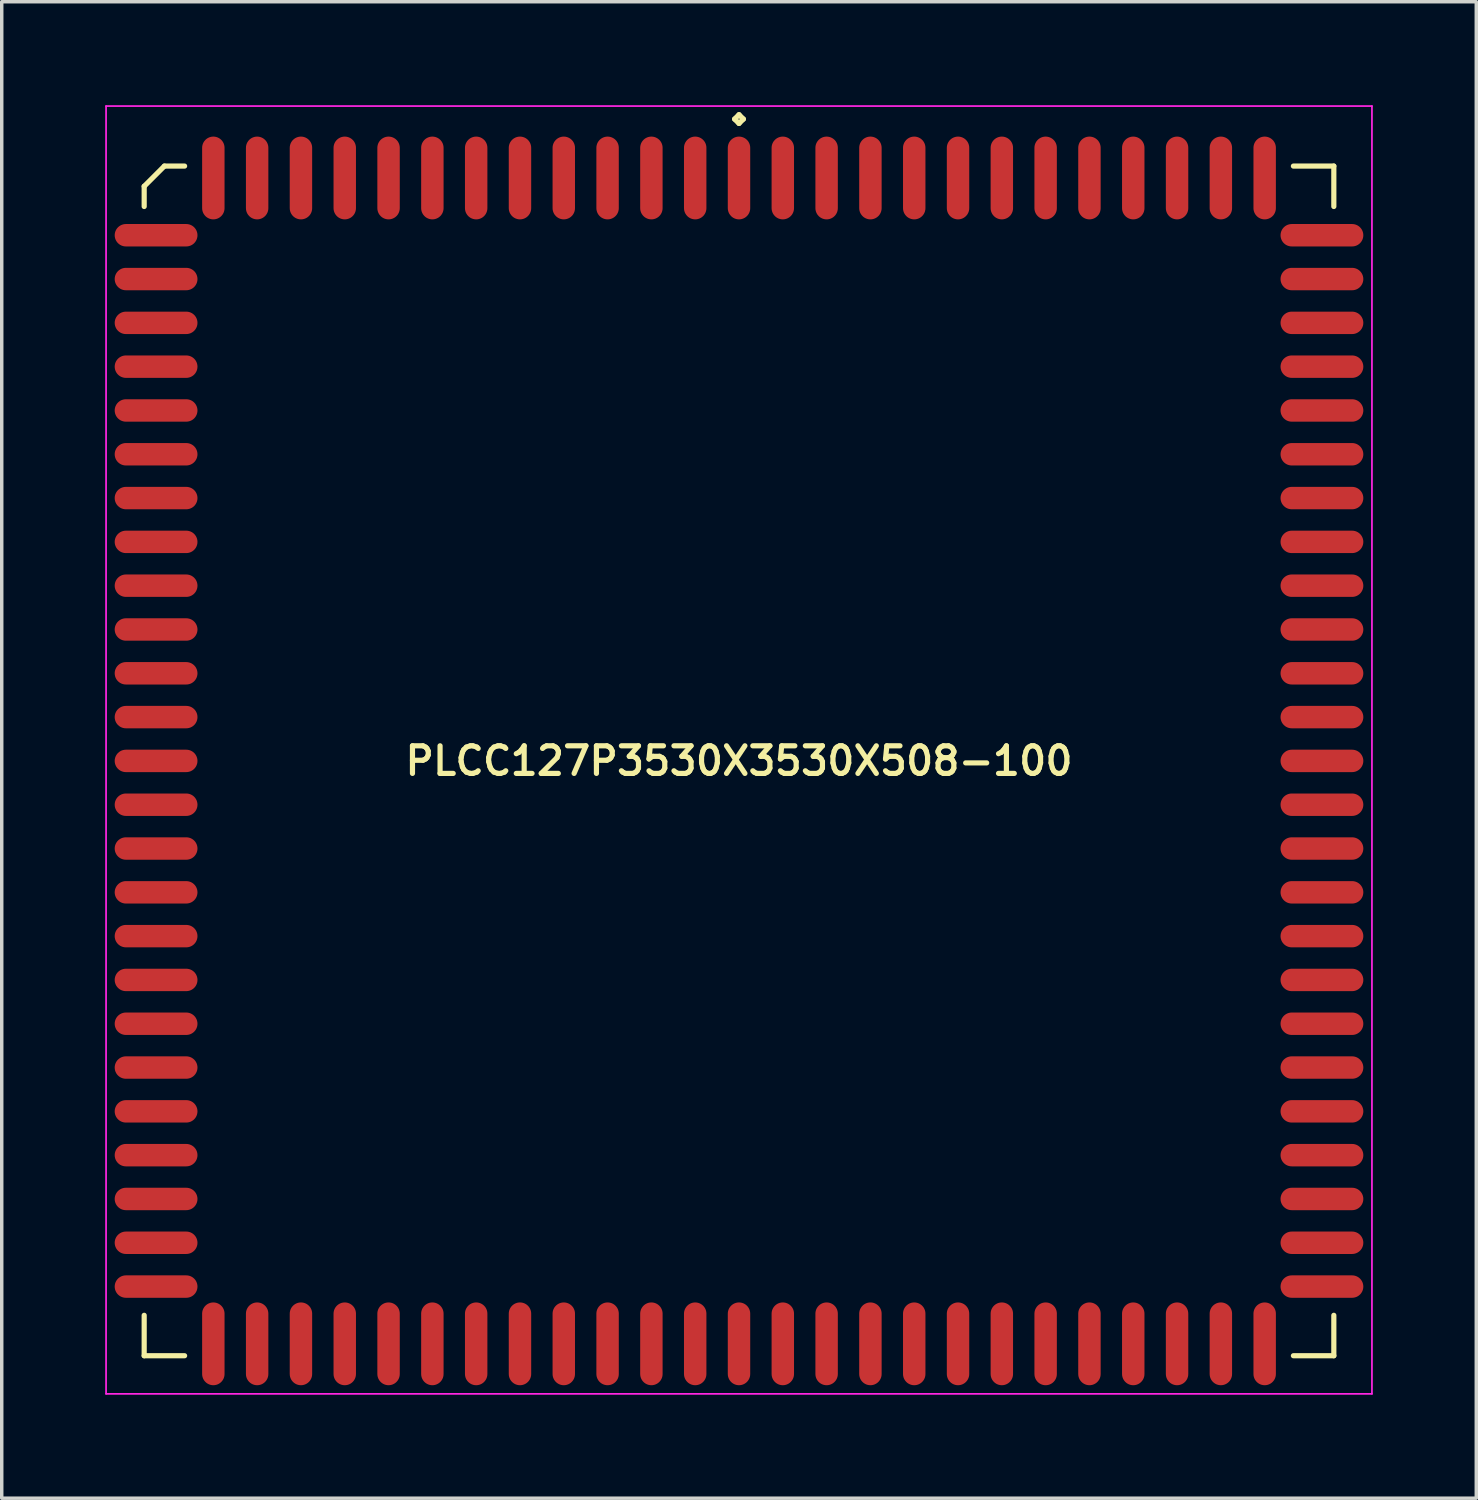
<source format=kicad_pcb>
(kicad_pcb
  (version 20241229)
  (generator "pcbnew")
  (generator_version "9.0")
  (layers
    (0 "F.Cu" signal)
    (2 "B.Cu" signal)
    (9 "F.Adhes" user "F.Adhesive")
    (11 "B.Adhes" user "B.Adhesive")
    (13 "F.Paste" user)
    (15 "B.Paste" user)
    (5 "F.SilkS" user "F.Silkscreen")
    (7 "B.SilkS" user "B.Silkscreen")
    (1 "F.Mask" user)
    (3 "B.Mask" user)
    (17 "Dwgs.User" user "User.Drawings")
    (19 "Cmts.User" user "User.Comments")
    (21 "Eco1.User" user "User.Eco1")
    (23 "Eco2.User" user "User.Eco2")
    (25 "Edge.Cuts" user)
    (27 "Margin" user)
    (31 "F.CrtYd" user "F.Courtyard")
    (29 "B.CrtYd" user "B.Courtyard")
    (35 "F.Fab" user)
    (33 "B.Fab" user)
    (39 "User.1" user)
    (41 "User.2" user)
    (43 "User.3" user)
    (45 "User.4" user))
  (footprint "PLCC127P3530X3530X508-100"
    (layer "F.Cu")
    (at 18.375 19.01)
    (property "Reference" "PLCC127P3530X3530X508-100" (at 0 0 0) (layer "F.SilkS") (effects (font (size 0.8 0.8) (thickness 0.15))))
    (attr smd)
    (fp_line (start -17.245 -16.659) (end -16.659 -17.245) (stroke (width 0.15) (type solid)) (layer "F.SilkS"))
    (fp_line (start -17.245 -16.073) (end -17.245 -16.659) (stroke (width 0.15) (type solid)) (layer "F.SilkS"))
    (fp_line (start -17.245 16.073) (end -17.245 17.245) (stroke (width 0.15) (type solid)) (layer "F.SilkS"))
    (fp_line (start -17.245 17.245) (end -16.073 17.245) (stroke (width 0.15) (type solid)) (layer "F.SilkS"))
    (fp_line (start -16.659 -17.245) (end -16.073 -17.245) (stroke (width 0.15) (type solid)) (layer "F.SilkS"))
    (fp_line (start -0.127 -18.608) (end 0 -18.735) (stroke (width 0.15) (type solid)) (layer "F.SilkS"))
    (fp_line (start 0 -18.735) (end 0.127 -18.608) (stroke (width 0.15) (type solid)) (layer "F.SilkS"))
    (fp_line (start 0 -18.481) (end -0.127 -18.608) (stroke (width 0.15) (type solid)) (layer "F.SilkS"))
    (fp_line (start 0.127 -18.608) (end 0 -18.481) (stroke (width 0.15) (type solid)) (layer "F.SilkS"))
    (fp_line (start 17.245 -17.245) (end 16.073 -17.245) (stroke (width 0.15) (type solid)) (layer "F.SilkS"))
    (fp_line (start 17.245 -16.073) (end 17.245 -17.245) (stroke (width 0.15) (type solid)) (layer "F.SilkS"))
    (fp_line (start 17.245 16.073) (end 17.245 17.245) (stroke (width 0.15) (type solid)) (layer "F.SilkS"))
    (fp_line (start 17.245 17.245) (end 16.073 17.245) (stroke (width 0.15) (type solid)) (layer "F.SilkS"))
    (fp_line (start -18.35 -18.985) (end 18.35 -18.985) (stroke (width 0.05) (type solid)) (layer "F.CrtYd"))
    (fp_line (start -18.35 18.35) (end -18.35 -18.985) (stroke (width 0.05) (type solid)) (layer "F.CrtYd"))
    (fp_line (start 18.35 -18.985) (end 18.35 18.35) (stroke (width 0.05) (type solid)) (layer "F.CrtYd"))
    (fp_line (start 18.35 18.35) (end -18.35 18.35) (stroke (width 0.05) (type solid)) (layer "F.CrtYd"))
    (pad "1" smd oval (at 0 -16.9) (size 0.65 2.4) (layers "F.Cu" "F.Mask" "F.Paste"))
    (pad "2" smd oval (at -1.27 -16.9) (size 0.65 2.4) (layers "F.Cu" "F.Mask" "F.Paste"))
    (pad "3" smd oval (at -2.54 -16.9) (size 0.65 2.4) (layers "F.Cu" "F.Mask" "F.Paste"))
    (pad "4" smd oval (at -3.81 -16.9) (size 0.65 2.4) (layers "F.Cu" "F.Mask" "F.Paste"))
    (pad "5" smd oval (at -5.08 -16.9) (size 0.65 2.4) (layers "F.Cu" "F.Mask" "F.Paste"))
    (pad "6" smd oval (at -6.35 -16.9) (size 0.65 2.4) (layers "F.Cu" "F.Mask" "F.Paste"))
    (pad "7" smd oval (at -7.62 -16.9) (size 0.65 2.4) (layers "F.Cu" "F.Mask" "F.Paste"))
    (pad "8" smd oval (at -8.89 -16.9) (size 0.65 2.4) (layers "F.Cu" "F.Mask" "F.Paste"))
    (pad "9" smd oval (at -10.16 -16.9) (size 0.65 2.4) (layers "F.Cu" "F.Mask" "F.Paste"))
    (pad "10" smd oval (at -11.43 -16.9) (size 0.65 2.4) (layers "F.Cu" "F.Mask" "F.Paste"))
    (pad "11" smd oval (at -12.7 -16.9) (size 0.65 2.4) (layers "F.Cu" "F.Mask" "F.Paste"))
    (pad "12" smd oval (at -13.97 -16.9) (size 0.65 2.4) (layers "F.Cu" "F.Mask" "F.Paste"))
    (pad "13" smd oval (at -15.24 -16.9) (size 0.65 2.4) (layers "F.Cu" "F.Mask" "F.Paste"))
    (pad "14" smd oval (at -16.9 -15.24) (size 2.4 0.65) (layers "F.Cu" "F.Mask" "F.Paste"))
    (pad "15" smd oval (at -16.9 -13.97) (size 2.4 0.65) (layers "F.Cu" "F.Mask" "F.Paste"))
    (pad "16" smd oval (at -16.9 -12.7) (size 2.4 0.65) (layers "F.Cu" "F.Mask" "F.Paste"))
    (pad "17" smd oval (at -16.9 -11.43) (size 2.4 0.65) (layers "F.Cu" "F.Mask" "F.Paste"))
    (pad "18" smd oval (at -16.9 -10.16) (size 2.4 0.65) (layers "F.Cu" "F.Mask" "F.Paste"))
    (pad "19" smd oval (at -16.9 -8.89) (size 2.4 0.65) (layers "F.Cu" "F.Mask" "F.Paste"))
    (pad "20" smd oval (at -16.9 -7.62) (size 2.4 0.65) (layers "F.Cu" "F.Mask" "F.Paste"))
    (pad "21" smd oval (at -16.9 -6.35) (size 2.4 0.65) (layers "F.Cu" "F.Mask" "F.Paste"))
    (pad "22" smd oval (at -16.9 -5.08) (size 2.4 0.65) (layers "F.Cu" "F.Mask" "F.Paste"))
    (pad "23" smd oval (at -16.9 -3.81) (size 2.4 0.65) (layers "F.Cu" "F.Mask" "F.Paste"))
    (pad "24" smd oval (at -16.9 -2.54) (size 2.4 0.65) (layers "F.Cu" "F.Mask" "F.Paste"))
    (pad "25" smd oval (at -16.9 -1.27) (size 2.4 0.65) (layers "F.Cu" "F.Mask" "F.Paste"))
    (pad "26" smd oval (at -16.9 0) (size 2.4 0.65) (layers "F.Cu" "F.Mask" "F.Paste"))
    (pad "27" smd oval (at -16.9 1.27) (size 2.4 0.65) (layers "F.Cu" "F.Mask" "F.Paste"))
    (pad "28" smd oval (at -16.9 2.54) (size 2.4 0.65) (layers "F.Cu" "F.Mask" "F.Paste"))
    (pad "29" smd oval (at -16.9 3.81) (size 2.4 0.65) (layers "F.Cu" "F.Mask" "F.Paste"))
    (pad "30" smd oval (at -16.9 5.08) (size 2.4 0.65) (layers "F.Cu" "F.Mask" "F.Paste"))
    (pad "31" smd oval (at -16.9 6.35) (size 2.4 0.65) (layers "F.Cu" "F.Mask" "F.Paste"))
    (pad "32" smd oval (at -16.9 7.62) (size 2.4 0.65) (layers "F.Cu" "F.Mask" "F.Paste"))
    (pad "33" smd oval (at -16.9 8.89) (size 2.4 0.65) (layers "F.Cu" "F.Mask" "F.Paste"))
    (pad "34" smd oval (at -16.9 10.16) (size 2.4 0.65) (layers "F.Cu" "F.Mask" "F.Paste"))
    (pad "35" smd oval (at -16.9 11.43) (size 2.4 0.65) (layers "F.Cu" "F.Mask" "F.Paste"))
    (pad "36" smd oval (at -16.9 12.7) (size 2.4 0.65) (layers "F.Cu" "F.Mask" "F.Paste"))
    (pad "37" smd oval (at -16.9 13.97) (size 2.4 0.65) (layers "F.Cu" "F.Mask" "F.Paste"))
    (pad "38" smd oval (at -16.9 15.24) (size 2.4 0.65) (layers "F.Cu" "F.Mask" "F.Paste"))
    (pad "39" smd oval (at -15.24 16.9) (size 0.65 2.4) (layers "F.Cu" "F.Mask" "F.Paste"))
    (pad "40" smd oval (at -13.97 16.9) (size 0.65 2.4) (layers "F.Cu" "F.Mask" "F.Paste"))
    (pad "41" smd oval (at -12.7 16.9) (size 0.65 2.4) (layers "F.Cu" "F.Mask" "F.Paste"))
    (pad "42" smd oval (at -11.43 16.9) (size 0.65 2.4) (layers "F.Cu" "F.Mask" "F.Paste"))
    (pad "43" smd oval (at -10.16 16.9) (size 0.65 2.4) (layers "F.Cu" "F.Mask" "F.Paste"))
    (pad "44" smd oval (at -8.89 16.9) (size 0.65 2.4) (layers "F.Cu" "F.Mask" "F.Paste"))
    (pad "45" smd oval (at -7.62 16.9) (size 0.65 2.4) (layers "F.Cu" "F.Mask" "F.Paste"))
    (pad "46" smd oval (at -6.35 16.9) (size 0.65 2.4) (layers "F.Cu" "F.Mask" "F.Paste"))
    (pad "47" smd oval (at -5.08 16.9) (size 0.65 2.4) (layers "F.Cu" "F.Mask" "F.Paste"))
    (pad "48" smd oval (at -3.81 16.9) (size 0.65 2.4) (layers "F.Cu" "F.Mask" "F.Paste"))
    (pad "49" smd oval (at -2.54 16.9) (size 0.65 2.4) (layers "F.Cu" "F.Mask" "F.Paste"))
    (pad "50" smd oval (at -1.27 16.9) (size 0.65 2.4) (layers "F.Cu" "F.Mask" "F.Paste"))
    (pad "51" smd oval (at 0 16.9) (size 0.65 2.4) (layers "F.Cu" "F.Mask" "F.Paste"))
    (pad "52" smd oval (at 1.27 16.9) (size 0.65 2.4) (layers "F.Cu" "F.Mask" "F.Paste"))
    (pad "53" smd oval (at 2.54 16.9) (size 0.65 2.4) (layers "F.Cu" "F.Mask" "F.Paste"))
    (pad "54" smd oval (at 3.81 16.9) (size 0.65 2.4) (layers "F.Cu" "F.Mask" "F.Paste"))
    (pad "55" smd oval (at 5.08 16.9) (size 0.65 2.4) (layers "F.Cu" "F.Mask" "F.Paste"))
    (pad "56" smd oval (at 6.35 16.9) (size 0.65 2.4) (layers "F.Cu" "F.Mask" "F.Paste"))
    (pad "57" smd oval (at 7.62 16.9) (size 0.65 2.4) (layers "F.Cu" "F.Mask" "F.Paste"))
    (pad "58" smd oval (at 8.89 16.9) (size 0.65 2.4) (layers "F.Cu" "F.Mask" "F.Paste"))
    (pad "59" smd oval (at 10.16 16.9) (size 0.65 2.4) (layers "F.Cu" "F.Mask" "F.Paste"))
    (pad "60" smd oval (at 11.43 16.9) (size 0.65 2.4) (layers "F.Cu" "F.Mask" "F.Paste"))
    (pad "61" smd oval (at 12.7 16.9) (size 0.65 2.4) (layers "F.Cu" "F.Mask" "F.Paste"))
    (pad "62" smd oval (at 13.97 16.9) (size 0.65 2.4) (layers "F.Cu" "F.Mask" "F.Paste"))
    (pad "63" smd oval (at 15.24 16.9) (size 0.65 2.4) (layers "F.Cu" "F.Mask" "F.Paste"))
    (pad "64" smd oval (at 16.9 15.24) (size 2.4 0.65) (layers "F.Cu" "F.Mask" "F.Paste"))
    (pad "65" smd oval (at 16.9 13.97) (size 2.4 0.65) (layers "F.Cu" "F.Mask" "F.Paste"))
    (pad "66" smd oval (at 16.9 12.7) (size 2.4 0.65) (layers "F.Cu" "F.Mask" "F.Paste"))
    (pad "67" smd oval (at 16.9 11.43) (size 2.4 0.65) (layers "F.Cu" "F.Mask" "F.Paste"))
    (pad "68" smd oval (at 16.9 10.16) (size 2.4 0.65) (layers "F.Cu" "F.Mask" "F.Paste"))
    (pad "69" smd oval (at 16.9 8.89) (size 2.4 0.65) (layers "F.Cu" "F.Mask" "F.Paste"))
    (pad "70" smd oval (at 16.9 7.62) (size 2.4 0.65) (layers "F.Cu" "F.Mask" "F.Paste"))
    (pad "71" smd oval (at 16.9 6.35) (size 2.4 0.65) (layers "F.Cu" "F.Mask" "F.Paste"))
    (pad "72" smd oval (at 16.9 5.08) (size 2.4 0.65) (layers "F.Cu" "F.Mask" "F.Paste"))
    (pad "73" smd oval (at 16.9 3.81) (size 2.4 0.65) (layers "F.Cu" "F.Mask" "F.Paste"))
    (pad "74" smd oval (at 16.9 2.54) (size 2.4 0.65) (layers "F.Cu" "F.Mask" "F.Paste"))
    (pad "75" smd oval (at 16.9 1.27) (size 2.4 0.65) (layers "F.Cu" "F.Mask" "F.Paste"))
    (pad "76" smd oval (at 16.9 0) (size 2.4 0.65) (layers "F.Cu" "F.Mask" "F.Paste"))
    (pad "77" smd oval (at 16.9 -1.27) (size 2.4 0.65) (layers "F.Cu" "F.Mask" "F.Paste"))
    (pad "78" smd oval (at 16.9 -2.54) (size 2.4 0.65) (layers "F.Cu" "F.Mask" "F.Paste"))
    (pad "79" smd oval (at 16.9 -3.81) (size 2.4 0.65) (layers "F.Cu" "F.Mask" "F.Paste"))
    (pad "80" smd oval (at 16.9 -5.08) (size 2.4 0.65) (layers "F.Cu" "F.Mask" "F.Paste"))
    (pad "81" smd oval (at 16.9 -6.35) (size 2.4 0.65) (layers "F.Cu" "F.Mask" "F.Paste"))
    (pad "82" smd oval (at 16.9 -7.62) (size 2.4 0.65) (layers "F.Cu" "F.Mask" "F.Paste"))
    (pad "83" smd oval (at 16.9 -8.89) (size 2.4 0.65) (layers "F.Cu" "F.Mask" "F.Paste"))
    (pad "84" smd oval (at 16.9 -10.16) (size 2.4 0.65) (layers "F.Cu" "F.Mask" "F.Paste"))
    (pad "85" smd oval (at 16.9 -11.43) (size 2.4 0.65) (layers "F.Cu" "F.Mask" "F.Paste"))
    (pad "86" smd oval (at 16.9 -12.7) (size 2.4 0.65) (layers "F.Cu" "F.Mask" "F.Paste"))
    (pad "87" smd oval (at 16.9 -13.97) (size 2.4 0.65) (layers "F.Cu" "F.Mask" "F.Paste"))
    (pad "88" smd oval (at 16.9 -15.24) (size 2.4 0.65) (layers "F.Cu" "F.Mask" "F.Paste"))
    (pad "89" smd oval (at 15.24 -16.9) (size 0.65 2.4) (layers "F.Cu" "F.Mask" "F.Paste"))
    (pad "90" smd oval (at 13.97 -16.9) (size 0.65 2.4) (layers "F.Cu" "F.Mask" "F.Paste"))
    (pad "91" smd oval (at 12.7 -16.9) (size 0.65 2.4) (layers "F.Cu" "F.Mask" "F.Paste"))
    (pad "92" smd oval (at 11.43 -16.9) (size 0.65 2.4) (layers "F.Cu" "F.Mask" "F.Paste"))
    (pad "93" smd oval (at 10.16 -16.9) (size 0.65 2.4) (layers "F.Cu" "F.Mask" "F.Paste"))
    (pad "94" smd oval (at 8.89 -16.9) (size 0.65 2.4) (layers "F.Cu" "F.Mask" "F.Paste"))
    (pad "95" smd oval (at 7.62 -16.9) (size 0.65 2.4) (layers "F.Cu" "F.Mask" "F.Paste"))
    (pad "96" smd oval (at 6.35 -16.9) (size 0.65 2.4) (layers "F.Cu" "F.Mask" "F.Paste"))
    (pad "97" smd oval (at 5.08 -16.9) (size 0.65 2.4) (layers "F.Cu" "F.Mask" "F.Paste"))
    (pad "98" smd oval (at 3.81 -16.9) (size 0.65 2.4) (layers "F.Cu" "F.Mask" "F.Paste"))
    (pad "99" smd oval (at 2.54 -16.9) (size 0.65 2.4) (layers "F.Cu" "F.Mask" "F.Paste"))
    (pad "100" smd oval (at 1.27 -16.9) (size 0.65 2.4) (layers "F.Cu" "F.Mask" "F.Paste")))
  (gr_rect
    (start -3 -3)
    (end 39.75 40.385)
    (stroke (width 0.1) (type default))
    (fill no)
    (layer "Edge.Cuts")))
</source>
